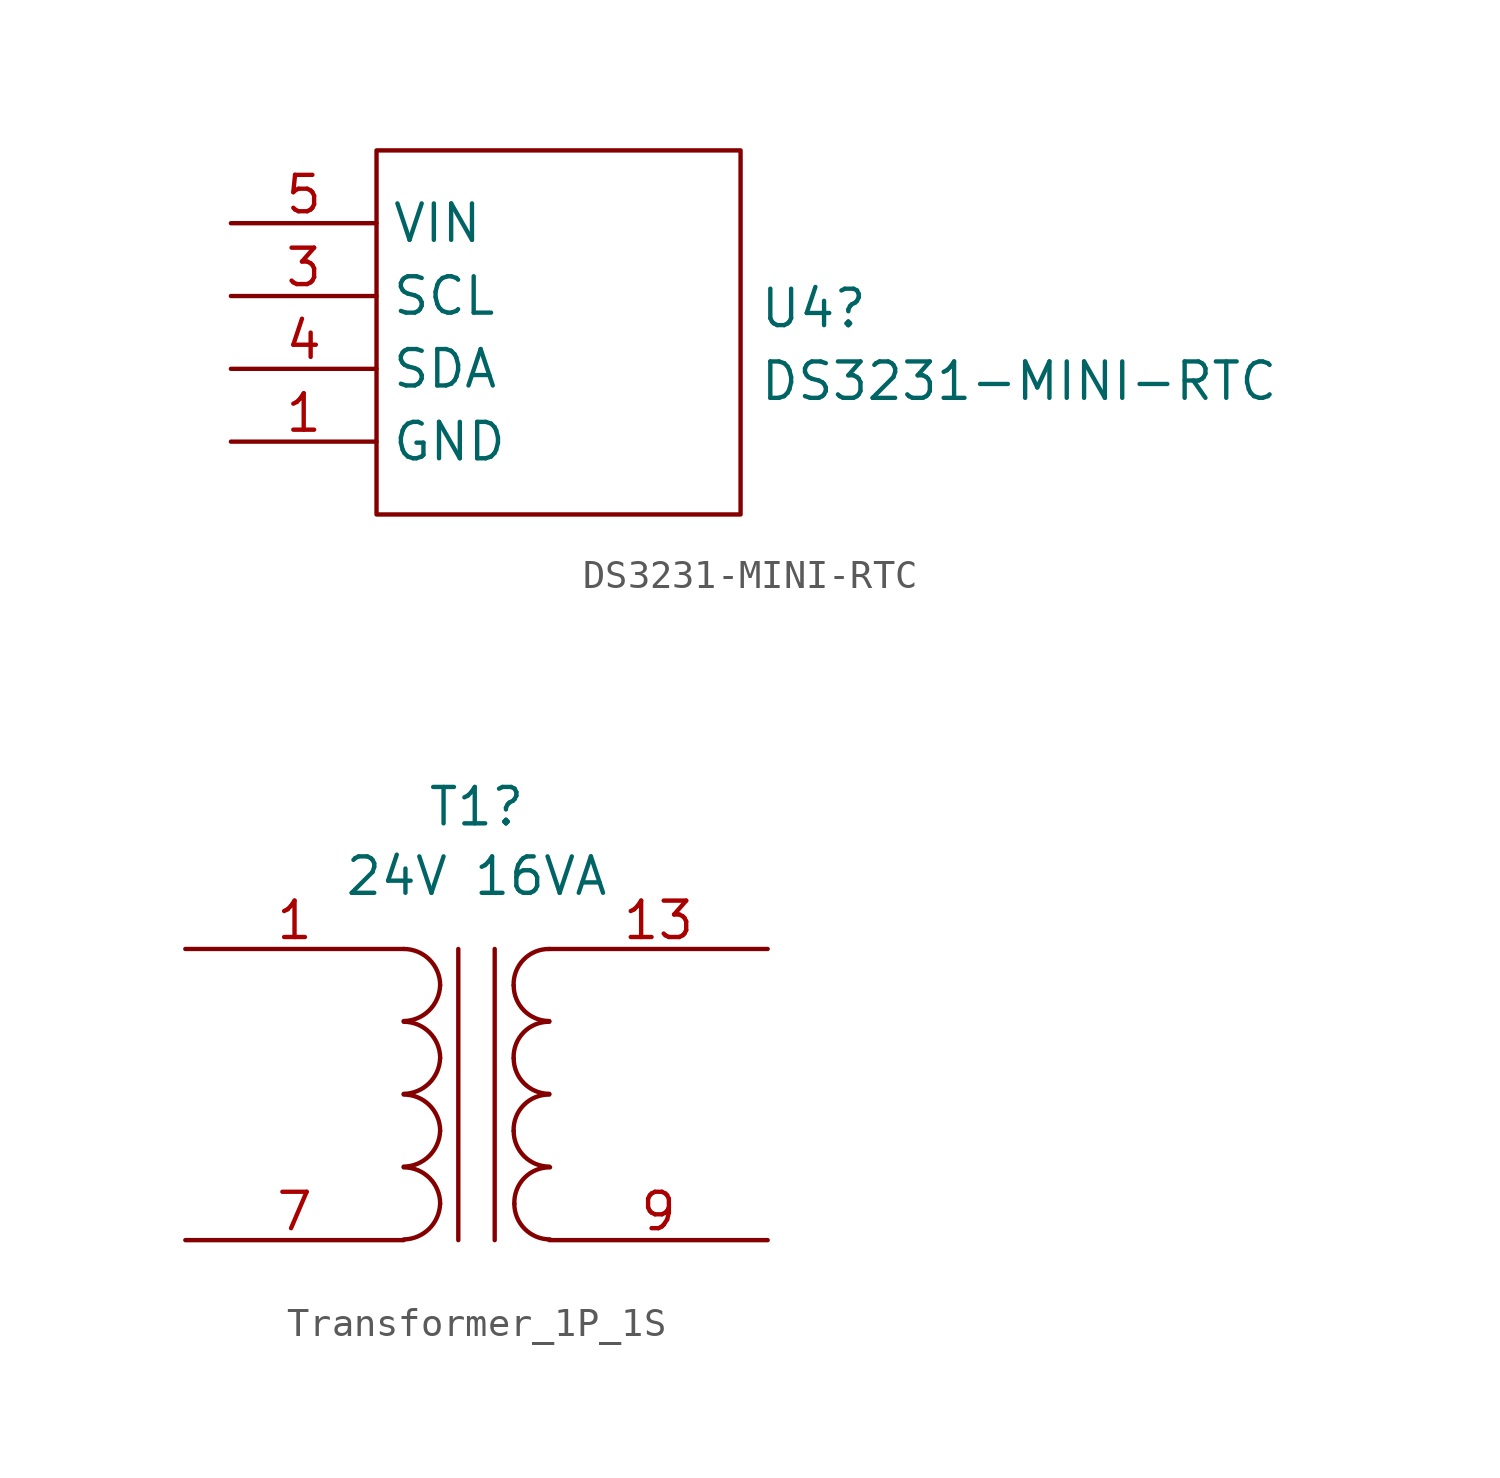
<source format=kicad_sym>
(kicad_symbol_lib
  (version 20220914)
  (generator kicad_symbol_editor)
  (symbol "DS3231-MINI-RTC"
    (property "Reference" "U4"
      (at 6.985 0.835 0)
      (effects (font (size 1.27 1.27)) (justify left)))
    (property "Value" "DS3231-MINI-RTC"
      (at 6.985 -1.702 0)
      (effects (font (size 1.27 1.27)) (justify left)))
    (symbol "DS3231-MINI-RTC_0_1"
      (rectangle (start -6.35 6.35) (end 6.35 -6.35) (stroke (width 0) (type default)) (fill (type none))))
    (symbol "DS3231-MINI-RTC_1_1"
      (pin power_in line (at -11.43 -3.81 0) (length 5.08) (name "GND" (effects (font (size 1.27 1.27)))) (number "1" (effects (font (size 1.27 1.27)))))
      (pin input line (at -11.43 1.27 0) (length 5.08) (name "SCL" (effects (font (size 1.27 1.27)))) (number "3" (effects (font (size 1.27 1.27)))))
      (pin bidirectional line (at -11.43 -1.27 0) (length 5.08) (name "SDA" (effects (font (size 1.27 1.27)))) (number "4" (effects (font (size 1.27 1.27)))))
      (pin power_in line (at -11.43 3.81 0) (length 5.08) (name "VIN" (effects (font (size 1.27 1.27)))) (number "5" (effects (font (size 1.27 1.27)))))))
  (symbol "Transformer_1P_1S"
    (pin_names
      (offset 1.016) hide)
    (property "Reference" "T1"
      (at 0 10.044 0)
      (effects (font (size 1.27 1.27))))
    (property "Value" "24V 16VA"
      (at 0 7.62 0)
      (effects (font (size 1.27 1.27))))
    (symbol "Transformer_1P_1S_0_1"
      (arc (start -2.54 -5.0546) (mid -1.6599 -4.6901) (end -1.27 -3.81) (stroke (width 0) (type default)) (fill (type none)))
      (arc (start -2.54 -2.5146) (mid -1.6599 -2.1501) (end -1.27 -1.27) (stroke (width 0) (type default)) (fill (type none)))
      (arc (start -2.54 0.0254) (mid -1.6599 0.3899) (end -1.27 1.27) (stroke (width 0) (type default)) (fill (type none)))
      (arc (start -2.54 2.5654) (mid -1.6599 2.9299) (end -1.27 3.81) (stroke (width 0) (type default)) (fill (type none)))
      (arc (start -1.27 -3.81) (mid -1.642 -2.912) (end -2.54 -2.54) (stroke (width 0) (type default)) (fill (type none)))
      (arc (start -1.27 -1.27) (mid -1.642 -0.372) (end -2.54 0) (stroke (width 0) (type default)) (fill (type none)))
      (arc (start -1.27 1.27) (mid -1.642 2.168) (end -2.54 2.54) (stroke (width 0) (type default)) (fill (type none)))
      (arc (start -1.27 3.81) (mid -1.642 4.708) (end -2.54 5.08) (stroke (width 0) (type default)) (fill (type none)))
      (polyline (pts (xy -0.635 5.08) (xy -0.635 -5.08)) (stroke (width 0) (type default)) (fill (type none)))
      (polyline (pts (xy 0.635 -5.08) (xy 0.635 5.08)) (stroke (width 0) (type default)) (fill (type none)))
      (arc (start 1.2954 -1.27) (mid 1.6599 -2.1501) (end 2.54 -2.5146) (stroke (width 0) (type default)) (fill (type none)))
      (arc (start 1.2954 1.27) (mid 1.6599 0.3899) (end 2.54 0.0254) (stroke (width 0) (type default)) (fill (type none)))
      (arc (start 1.2954 3.81) (mid 1.6599 2.9299) (end 2.54 2.5654) (stroke (width 0) (type default)) (fill (type none)))
      (arc (start 1.3208 -3.81) (mid 1.6853 -4.6901) (end 2.5654 -5.0546) (stroke (width 0) (type default)) (fill (type none)))
      (arc (start 2.54 0) (mid 1.642 -0.372) (end 1.2954 -1.27) (stroke (width 0) (type default)) (fill (type none)))
      (arc (start 2.54 2.54) (mid 1.642 2.168) (end 1.2954 1.27) (stroke (width 0) (type default)) (fill (type none)))
      (arc (start 2.54 5.08) (mid 1.642 4.708) (end 1.2954 3.81) (stroke (width 0) (type default)) (fill (type none)))
      (arc (start 2.5654 -2.54) (mid 1.6674 -2.912) (end 1.3208 -3.81) (stroke (width 0) (type default)) (fill (type none))))
    (symbol "Transformer_1P_1S_1_1"
      (pin passive line (at -10.16 5.08 0) (length 7.62) (name "PA" (effects (font (size 1.27 1.27)))) (number "1" (effects (font (size 1.27 1.27)))))
      (pin passive line (at 10.16 5.08 180) (length 7.62) (name "SB" (effects (font (size 1.27 1.27)))) (number "13" (effects (font (size 1.27 1.27)))))
      (pin passive line (at -10.16 -5.08 0) (length 7.62) (name "PB" (effects (font (size 1.27 1.27)))) (number "7" (effects (font (size 1.27 1.27)))))
      (pin passive line (at 10.16 -5.08 180) (length 7.62) (name "SA" (effects (font (size 1.27 1.27)))) (number "9" (effects (font (size 1.27 1.27))))))))
</source>
